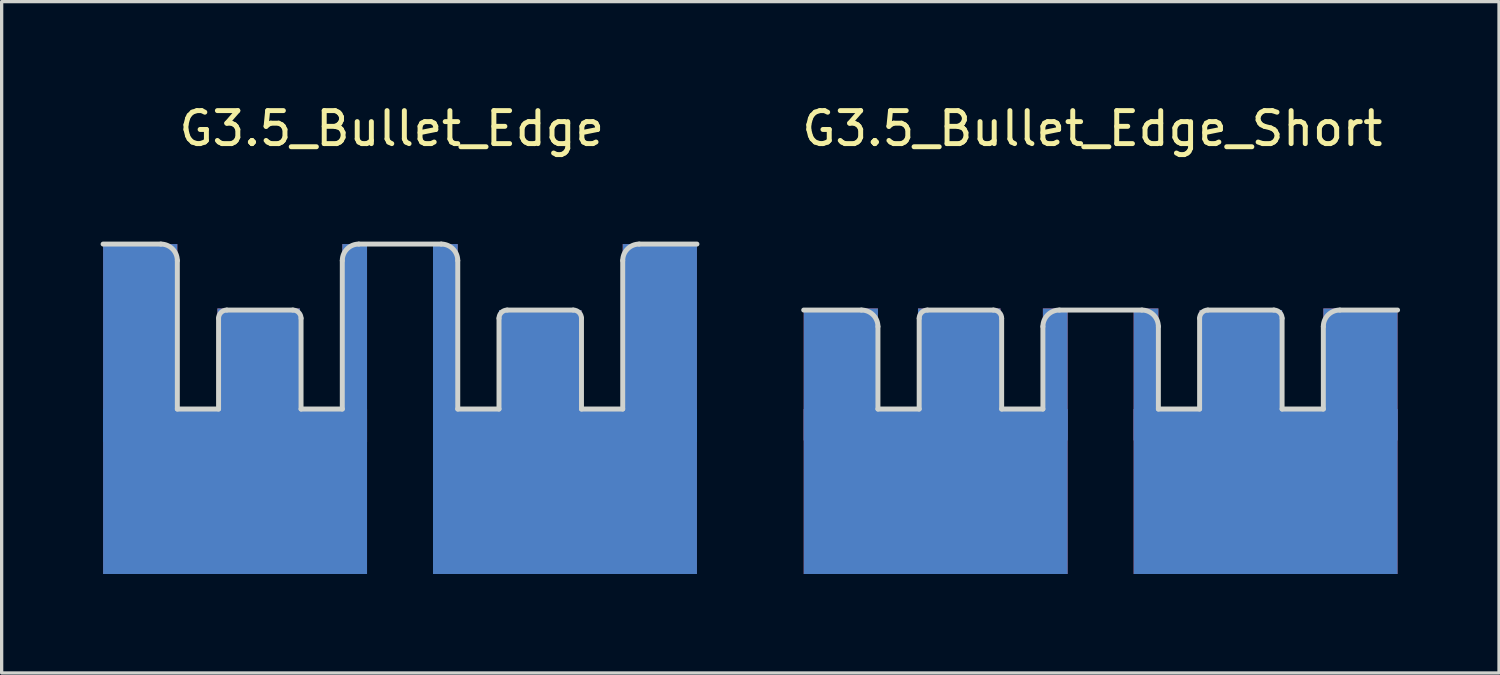
<source format=kicad_pcb>
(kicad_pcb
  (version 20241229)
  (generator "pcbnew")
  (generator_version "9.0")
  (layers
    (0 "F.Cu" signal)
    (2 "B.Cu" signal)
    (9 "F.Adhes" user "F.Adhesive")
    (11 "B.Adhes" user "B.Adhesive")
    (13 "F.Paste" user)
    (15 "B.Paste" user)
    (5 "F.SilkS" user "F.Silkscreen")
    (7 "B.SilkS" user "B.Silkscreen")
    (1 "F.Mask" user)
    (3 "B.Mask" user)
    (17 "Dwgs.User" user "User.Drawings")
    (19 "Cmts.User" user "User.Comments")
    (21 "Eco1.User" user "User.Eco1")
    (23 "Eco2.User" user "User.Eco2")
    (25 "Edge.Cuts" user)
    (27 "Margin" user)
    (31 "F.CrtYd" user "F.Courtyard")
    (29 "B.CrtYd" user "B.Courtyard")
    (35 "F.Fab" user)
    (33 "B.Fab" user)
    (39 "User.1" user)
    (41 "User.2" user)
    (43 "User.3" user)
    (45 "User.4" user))
  (footprint "G3.5_Bullet_Edge_Short"
    (layer "F.Cu")
    (at 30.311 6.848)
    (property "Reference" "G3.5_Bullet_Edge_Short" (at -0.25 -6 0) (layer "F.SilkS") (effects (font (size 1 1) (thickness 0.15))))
    (attr through_hole)
    (fp_line (start -9 -0.5) (end -7.25 -0.5) (stroke (width 0.15) (type solid)) (layer "Edge.Cuts"))
    (fp_line (start -6.75 2.5) (end -6.75 0) (stroke (width 0.15) (type solid)) (layer "Edge.Cuts"))
    (fp_line (start -6.75 2.5) (end -5.5 2.5) (stroke (width 0.15) (type solid)) (layer "Edge.Cuts"))
    (fp_line (start -5.5 2.5) (end -5.5 -0.25) (stroke (width 0.15) (type solid)) (layer "Edge.Cuts"))
    (fp_line (start -3.25 -0.5) (end -5.25 -0.5) (stroke (width 0.15) (type solid)) (layer "Edge.Cuts"))
    (fp_line (start -3 2.5) (end -3 -0.25) (stroke (width 0.15) (type solid)) (layer "Edge.Cuts"))
    (fp_line (start -1.75 0) (end -1.75 2.5) (stroke (width 0.15) (type solid)) (layer "Edge.Cuts"))
    (fp_line (start -1.75 2.5) (end -3 2.5) (stroke (width 0.15) (type solid)) (layer "Edge.Cuts"))
    (fp_line (start -1.25 -0.5) (end 1.25 -0.5) (stroke (width 0.15) (type solid)) (layer "Edge.Cuts"))
    (fp_line (start 1.75 0) (end 1.75 2.5) (stroke (width 0.15) (type solid)) (layer "Edge.Cuts"))
    (fp_line (start 1.75 2.5) (end 3 2.5) (stroke (width 0.15) (type solid)) (layer "Edge.Cuts"))
    (fp_line (start 3 2.5) (end 3 -0.25) (stroke (width 0.15) (type solid)) (layer "Edge.Cuts"))
    (fp_line (start 3.25 -0.5) (end 5.25 -0.5) (stroke (width 0.15) (type solid)) (layer "Edge.Cuts"))
    (fp_line (start 5.5 -0.25) (end 5.5 2.5) (stroke (width 0.15) (type solid)) (layer "Edge.Cuts"))
    (fp_line (start 5.5 2.5) (end 6.75 2.5) (stroke (width 0.15) (type solid)) (layer "Edge.Cuts"))
    (fp_line (start 6.75 2.5) (end 6.75 0) (stroke (width 0.15) (type solid)) (layer "Edge.Cuts"))
    (fp_line (start 7.25 -0.5) (end 9 -0.5) (stroke (width 0.15) (type solid)) (layer "Edge.Cuts"))
    (fp_arc (start -7.25 -0.5) (mid -6.896447 -0.353553) (end -6.75 0) (stroke (width 0.15) (type solid)) (layer "Edge.Cuts"))
    (fp_arc (start -5.5 -0.25) (mid -5.426777 -0.426777) (end -5.25 -0.5) (stroke (width 0.15) (type solid)) (layer "Edge.Cuts"))
    (fp_arc (start -3.25 -0.5) (mid -3.073223 -0.426777) (end -3 -0.25) (stroke (width 0.15) (type solid)) (layer "Edge.Cuts"))
    (fp_arc (start -1.75 0) (mid -1.603553 -0.353553) (end -1.25 -0.5) (stroke (width 0.15) (type solid)) (layer "Edge.Cuts"))
    (fp_arc (start 1.25 -0.5) (mid 1.603553 -0.353553) (end 1.75 0) (stroke (width 0.15) (type solid)) (layer "Edge.Cuts"))
    (fp_arc (start 3 -0.25) (mid 3.073223 -0.426777) (end 3.25 -0.5) (stroke (width 0.15) (type solid)) (layer "Edge.Cuts"))
    (fp_arc (start 5.25 -0.5) (mid 5.426777 -0.426777) (end 5.5 -0.25) (stroke (width 0.15) (type solid)) (layer "Edge.Cuts"))
    (fp_arc (start 6.75 0) (mid 6.896447 -0.353553) (end 7.25 -0.5) (stroke (width 0.15) (type solid)) (layer "Edge.Cuts"))
    (pad "1" smd rect (at -7.875 1.451 180) (size 2.25 4) (layers "*.Cu" "*.Mask"))
    (pad "1" connect rect (at -5 5 180) (size 8 5) (layers "*.Cu" "*.Mask"))
    (pad "1" smd rect (at -4.286 1.451 180) (size 2.5 4) (layers "*.Cu" "*.Mask"))
    (pad "1" smd rect (at -1.375 1.451 180) (size 0.75 4) (layers "*.Cu" "*.Mask"))
    (pad "2" smd rect (at 1.375 1.451) (size 0.75 4) (layers "*.Cu" "*.Mask"))
    (pad "2" smd rect (at 4.25 1.5) (size 2.5 4) (layers "*.Cu" "*.Mask"))
    (pad "2" connect rect (at 5 5) (size 8 5) (layers "*.Cu" "*.Mask"))
    (pad "2" smd rect (at 7.875 1.451) (size 2.25 4) (layers "*.Cu" "*.Mask")))
  (footprint "G3.5_Bullet_Edge"
    (layer "F.Cu")
    (at 9.075 6.848)
    (property "Reference" "G3.5_Bullet_Edge" (at -0.25 -6 0) (layer "F.SilkS") (effects (font (size 1 1) (thickness 0.15))))
    (attr through_hole)
    (fp_line (start -9 -2.5) (end -7.25 -2.5) (stroke (width 0.15) (type solid)) (layer "Edge.Cuts"))
    (fp_line (start -6.75 2.5) (end -6.75 -2) (stroke (width 0.15) (type solid)) (layer "Edge.Cuts"))
    (fp_line (start -6.75 2.5) (end -5.5 2.5) (stroke (width 0.15) (type solid)) (layer "Edge.Cuts"))
    (fp_line (start -5.5 2.5) (end -5.5 -0.25) (stroke (width 0.15) (type solid)) (layer "Edge.Cuts"))
    (fp_line (start -3.25 -0.5) (end -5.25 -0.5) (stroke (width 0.15) (type solid)) (layer "Edge.Cuts"))
    (fp_line (start -3 2.5) (end -3 -0.25) (stroke (width 0.15) (type solid)) (layer "Edge.Cuts"))
    (fp_line (start -1.75 -2) (end -1.75 2.5) (stroke (width 0.15) (type solid)) (layer "Edge.Cuts"))
    (fp_line (start -1.75 2.5) (end -3 2.5) (stroke (width 0.15) (type solid)) (layer "Edge.Cuts"))
    (fp_line (start -1.25 -2.5) (end 1.25 -2.5) (stroke (width 0.15) (type solid)) (layer "Edge.Cuts"))
    (fp_line (start 1.75 -2) (end 1.75 2.5) (stroke (width 0.15) (type solid)) (layer "Edge.Cuts"))
    (fp_line (start 1.75 2.5) (end 3 2.5) (stroke (width 0.15) (type solid)) (layer "Edge.Cuts"))
    (fp_line (start 3 2.5) (end 3 -0.25) (stroke (width 0.15) (type solid)) (layer "Edge.Cuts"))
    (fp_line (start 3.25 -0.5) (end 5.25 -0.5) (stroke (width 0.15) (type solid)) (layer "Edge.Cuts"))
    (fp_line (start 5.5 -0.25) (end 5.5 2.5) (stroke (width 0.15) (type solid)) (layer "Edge.Cuts"))
    (fp_line (start 5.5 2.5) (end 6.75 2.5) (stroke (width 0.15) (type solid)) (layer "Edge.Cuts"))
    (fp_line (start 6.75 2.5) (end 6.75 -2) (stroke (width 0.15) (type solid)) (layer "Edge.Cuts"))
    (fp_line (start 7.25 -2.5) (end 9 -2.5) (stroke (width 0.15) (type solid)) (layer "Edge.Cuts"))
    (fp_arc (start -7.25 -2.5) (mid -6.896447 -2.353553) (end -6.75 -2) (stroke (width 0.15) (type solid)) (layer "Edge.Cuts"))
    (fp_arc (start -5.5 -0.25) (mid -5.426777 -0.426777) (end -5.25 -0.5) (stroke (width 0.15) (type solid)) (layer "Edge.Cuts"))
    (fp_arc (start -3.25 -0.5) (mid -3.073223 -0.426777) (end -3 -0.25) (stroke (width 0.15) (type solid)) (layer "Edge.Cuts"))
    (fp_arc (start -1.75 -2) (mid -1.603553 -2.353553) (end -1.25 -2.5) (stroke (width 0.15) (type solid)) (layer "Edge.Cuts"))
    (fp_arc (start 1.25 -2.5) (mid 1.603553 -2.353553) (end 1.75 -2) (stroke (width 0.15) (type solid)) (layer "Edge.Cuts"))
    (fp_arc (start 3 -0.25) (mid 3.073223 -0.426777) (end 3.25 -0.5) (stroke (width 0.15) (type solid)) (layer "Edge.Cuts"))
    (fp_arc (start 5.25 -0.5) (mid 5.426777 -0.426777) (end 5.5 -0.25) (stroke (width 0.15) (type solid)) (layer "Edge.Cuts"))
    (fp_arc (start 6.75 -2) (mid 6.896447 -2.353553) (end 7.25 -2.5) (stroke (width 0.15) (type solid)) (layer "Edge.Cuts"))
    (pad "1" smd rect (at -7.875 0.5 180) (size 2.25 6) (layers "*.Cu" "*.Mask"))
    (pad "1" connect rect (at -5 5 180) (size 8 5) (layers "*.Cu" "*.Mask"))
    (pad "1" smd rect (at -4.286 1.451 180) (size 2.5 4) (layers "*.Cu" "*.Mask"))
    (pad "1" smd rect (at -1.375 0.5 180) (size 0.75 6) (layers "*.Cu" "*.Mask"))
    (pad "2" smd rect (at 1.375 0.5) (size 0.75 6) (layers "*.Cu" "*.Mask"))
    (pad "2" smd rect (at 4.25 1.5) (size 2.5 4) (layers "*.Cu" "*.Mask"))
    (pad "2" connect rect (at 5 5) (size 8 5) (layers "*.Cu" "*.Mask"))
    (pad "2" smd rect (at 7.875 0.5) (size 2.25 6) (layers "*.Cu" "*.Mask")))
  (gr_rect
    (start -3 -3)
    (end 42.386 17.348)
    (stroke (width 0.1) (type default))
    (fill no)
    (layer "Edge.Cuts")))
</source>
